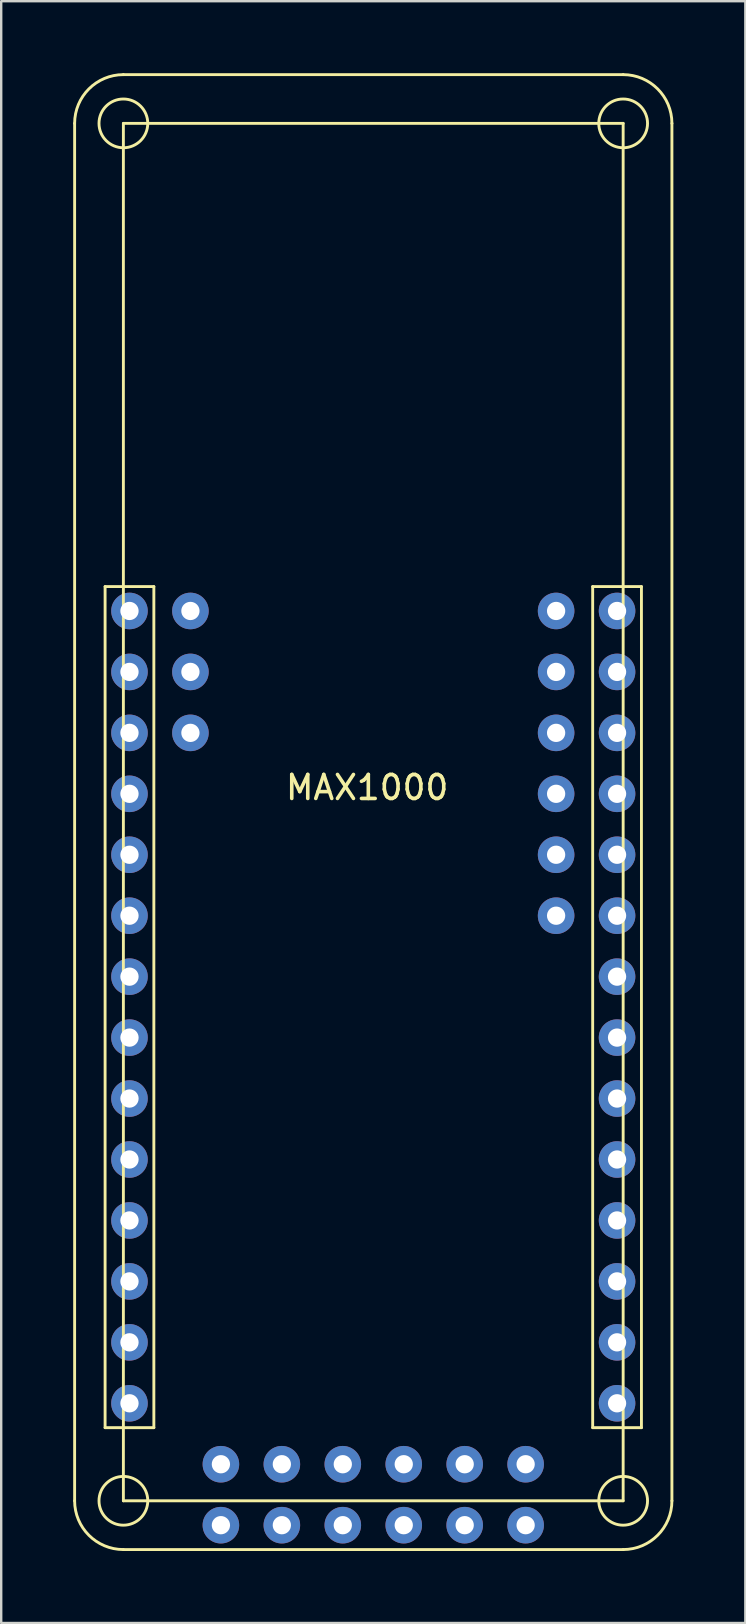
<source format=kicad_pcb>
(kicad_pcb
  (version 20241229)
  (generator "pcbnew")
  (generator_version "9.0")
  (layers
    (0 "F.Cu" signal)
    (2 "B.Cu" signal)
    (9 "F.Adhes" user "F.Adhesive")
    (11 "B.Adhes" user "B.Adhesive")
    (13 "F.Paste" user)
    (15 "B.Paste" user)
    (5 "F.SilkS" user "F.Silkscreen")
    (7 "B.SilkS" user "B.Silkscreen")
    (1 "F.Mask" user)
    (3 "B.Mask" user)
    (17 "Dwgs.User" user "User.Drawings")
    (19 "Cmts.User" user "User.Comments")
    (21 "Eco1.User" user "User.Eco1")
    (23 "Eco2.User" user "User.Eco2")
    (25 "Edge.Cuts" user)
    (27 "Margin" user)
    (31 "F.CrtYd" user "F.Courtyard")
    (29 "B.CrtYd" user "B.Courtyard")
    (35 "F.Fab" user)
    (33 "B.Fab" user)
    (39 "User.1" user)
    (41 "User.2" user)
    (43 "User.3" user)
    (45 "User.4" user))
  (footprint "MAX1000"
    (layer "F.Cu")
    (at 12.506 24.952)
    (property "Reference" "MAX1000" (at -0.254 4.818 0) (layer "F.SilkS") (effects (font (size 1 1) (thickness 0.15))))
    (attr through_hole)
    (fp_line (start -12.446 34.544) (end -12.446 -22.86) (stroke (width 0.12) (type solid)) (layer "F.SilkS"))
    (fp_line (start -11.176 -3.556) (end -11.176 31.496) (stroke (width 0.12) (type solid)) (layer "F.SilkS"))
    (fp_line (start -11.176 31.496) (end -9.144 31.496) (stroke (width 0.12) (type solid)) (layer "F.SilkS"))
    (fp_line (start -10.414 -24.892) (end 10.414 -24.892) (stroke (width 0.12) (type solid)) (layer "F.SilkS"))
    (fp_line (start -10.414 -22.86) (end 10.414 -22.86) (stroke (width 0.12) (type solid)) (layer "F.SilkS"))
    (fp_line (start -10.414 34.544) (end -10.414 -22.86) (stroke (width 0.12) (type solid)) (layer "F.SilkS"))
    (fp_line (start -9.144 -3.556) (end -11.176 -3.556) (stroke (width 0.12) (type solid)) (layer "F.SilkS"))
    (fp_line (start -9.144 31.496) (end -9.144 -3.556) (stroke (width 0.12) (type solid)) (layer "F.SilkS"))
    (fp_line (start 9.144 -3.556) (end 11.176 -3.556) (stroke (width 0.12) (type solid)) (layer "F.SilkS"))
    (fp_line (start 9.144 31.496) (end 9.144 -3.556) (stroke (width 0.12) (type solid)) (layer "F.SilkS"))
    (fp_line (start 10.414 -22.86) (end 10.414 34.544) (stroke (width 0.12) (type solid)) (layer "F.SilkS"))
    (fp_line (start 10.414 34.544) (end -10.414 34.544) (stroke (width 0.12) (type solid)) (layer "F.SilkS"))
    (fp_line (start 10.414 36.576) (end -10.414 36.576) (stroke (width 0.12) (type solid)) (layer "F.SilkS"))
    (fp_line (start 11.176 -3.556) (end 11.176 31.496) (stroke (width 0.12) (type solid)) (layer "F.SilkS"))
    (fp_line (start 11.176 31.496) (end 9.144 31.496) (stroke (width 0.12) (type solid)) (layer "F.SilkS"))
    (fp_line (start 12.446 -22.86) (end 12.446 34.544) (stroke (width 0.12) (type solid)) (layer "F.SilkS"))
    (fp_arc (start -12.446 -22.86) (mid -11.850841 -24.296841) (end -10.414 -24.892) (stroke (width 0.12) (type solid)) (layer "F.SilkS"))
    (fp_arc (start -10.414 36.576) (mid -11.850841 35.980841) (end -12.446 34.544) (stroke (width 0.12) (type solid)) (layer "F.SilkS"))
    (fp_arc (start 10.414 -24.892) (mid 11.850841 -24.296841) (end 12.446 -22.86) (stroke (width 0.12) (type solid)) (layer "F.SilkS"))
    (fp_arc (start 12.446 34.544) (mid 11.850841 35.980841) (end 10.414 36.576) (stroke (width 0.12) (type solid)) (layer "F.SilkS"))
    (fp_circle (center -10.414 -22.86) (end -9.398 -22.86) (stroke (width 0.12) (type solid)) (fill no) (layer "F.SilkS"))
    (fp_circle (center -10.414 34.544) (end -9.398 34.544) (stroke (width 0.12) (type solid)) (fill no) (layer "F.SilkS"))
    (fp_circle (center 10.414 -22.86) (end 11.43 -22.86) (stroke (width 0.12) (type solid)) (fill no) (layer "F.SilkS"))
    (fp_circle (center 10.414 34.544) (end 11.43 34.544) (stroke (width 0.12) (type solid)) (fill no) (layer "F.SilkS"))
    (pad "1" thru_hole circle (at -10.16 -2.54) (size 1.524 1.524) (drill 0.762) (layers "*.Cu" "*.Mask"))
    (pad "2" thru_hole circle (at -10.16 0) (size 1.524 1.524) (drill 0.762) (layers "*.Cu" "*.Mask"))
    (pad "3" thru_hole circle (at -10.16 2.54) (size 1.524 1.524) (drill 0.762) (layers "*.Cu" "*.Mask"))
    (pad "4" thru_hole circle (at -10.16 5.08) (size 1.524 1.524) (drill 0.762) (layers "*.Cu" "*.Mask"))
    (pad "5" thru_hole circle (at -10.16 7.62) (size 1.524 1.524) (drill 0.762) (layers "*.Cu" "*.Mask"))
    (pad "6" thru_hole circle (at -10.16 10.16) (size 1.524 1.524) (drill 0.762) (layers "*.Cu" "*.Mask"))
    (pad "7" thru_hole circle (at -10.16 12.7) (size 1.524 1.524) (drill 0.762) (layers "*.Cu" "*.Mask"))
    (pad "8" thru_hole circle (at -10.16 15.24) (size 1.524 1.524) (drill 0.762) (layers "*.Cu" "*.Mask"))
    (pad "9" thru_hole circle (at -10.16 17.78) (size 1.524 1.524) (drill 0.762) (layers "*.Cu" "*.Mask"))
    (pad "10" thru_hole circle (at -10.16 20.32) (size 1.524 1.524) (drill 0.762) (layers "*.Cu" "*.Mask"))
    (pad "11" thru_hole circle (at -10.16 22.86) (size 1.524 1.524) (drill 0.762) (layers "*.Cu" "*.Mask"))
    (pad "12" thru_hole circle (at -10.16 25.4) (size 1.524 1.524) (drill 0.762) (layers "*.Cu" "*.Mask"))
    (pad "13" thru_hole circle (at -10.16 27.94) (size 1.524 1.524) (drill 0.762) (layers "*.Cu" "*.Mask"))
    (pad "14" thru_hole circle (at -10.16 30.48) (size 1.524 1.524) (drill 0.762) (layers "*.Cu" "*.Mask"))
    (pad "15" thru_hole circle (at 10.16 30.48) (size 1.524 1.524) (drill 0.762) (layers "*.Cu" "*.Mask"))
    (pad "16" thru_hole circle (at 10.16 27.94) (size 1.524 1.524) (drill 0.762) (layers "*.Cu" "*.Mask"))
    (pad "17" thru_hole circle (at 10.16 25.4) (size 1.524 1.524) (drill 0.762) (layers "*.Cu" "*.Mask"))
    (pad "18" thru_hole circle (at 10.16 22.86) (size 1.524 1.524) (drill 0.762) (layers "*.Cu" "*.Mask"))
    (pad "19" thru_hole circle (at 10.16 20.32) (size 1.524 1.524) (drill 0.762) (layers "*.Cu" "*.Mask"))
    (pad "20" thru_hole circle (at 10.16 17.78) (size 1.524 1.524) (drill 0.762) (layers "*.Cu" "*.Mask"))
    (pad "21" thru_hole circle (at 10.16 15.24) (size 1.524 1.524) (drill 0.762) (layers "*.Cu" "*.Mask"))
    (pad "22" thru_hole circle (at 10.16 12.7) (size 1.524 1.524) (drill 0.762) (layers "*.Cu" "*.Mask"))
    (pad "23" thru_hole circle (at 10.16 10.16) (size 1.524 1.524) (drill 0.762) (layers "*.Cu" "*.Mask"))
    (pad "24" thru_hole circle (at 10.16 7.62) (size 1.524 1.524) (drill 0.762) (layers "*.Cu" "*.Mask"))
    (pad "25" thru_hole circle (at 10.16 5.08) (size 1.524 1.524) (drill 0.762) (layers "*.Cu" "*.Mask"))
    (pad "26" thru_hole circle (at 10.16 2.54) (size 1.524 1.524) (drill 0.762) (layers "*.Cu" "*.Mask"))
    (pad "27" thru_hole circle (at 10.16 0) (size 1.524 1.524) (drill 0.762) (layers "*.Cu" "*.Mask"))
    (pad "28" thru_hole circle (at 10.16 -2.54) (size 1.524 1.524) (drill 0.762) (layers "*.Cu" "*.Mask"))
    (pad "29" thru_hole circle (at -7.62 -2.54) (size 1.524 1.524) (drill 0.762) (layers "*.Cu" "*.Mask"))
    (pad "30" thru_hole circle (at -7.62 0) (size 1.524 1.524) (drill 0.762) (layers "*.Cu" "*.Mask"))
    (pad "31" thru_hole circle (at -7.62 2.54) (size 1.524 1.524) (drill 0.762) (layers "*.Cu" "*.Mask"))
    (pad "32" thru_hole circle (at 7.62 -2.54) (size 1.524 1.524) (drill 0.762) (layers "*.Cu" "*.Mask"))
    (pad "33" thru_hole circle (at 7.62 0) (size 1.524 1.524) (drill 0.762) (layers "*.Cu" "*.Mask"))
    (pad "34" thru_hole circle (at 7.62 2.54) (size 1.524 1.524) (drill 0.762) (layers "*.Cu" "*.Mask"))
    (pad "35" thru_hole circle (at 7.62 5.08) (size 1.524 1.524) (drill 0.762) (layers "*.Cu" "*.Mask"))
    (pad "36" thru_hole circle (at 7.62 7.62) (size 1.524 1.524) (drill 0.762) (layers "*.Cu" "*.Mask"))
    (pad "37" thru_hole circle (at 7.62 10.16) (size 1.524 1.524) (drill 0.762) (layers "*.Cu" "*.Mask"))
    (pad "38" thru_hole circle (at 6.35 33.02) (size 1.524 1.524) (drill 0.762) (layers "*.Cu" "*.Mask"))
    (pad "39" thru_hole circle (at 3.81 33.02) (size 1.524 1.524) (drill 0.762) (layers "*.Cu" "*.Mask"))
    (pad "40" thru_hole circle (at 1.27 33.02) (size 1.524 1.524) (drill 0.762) (layers "*.Cu" "*.Mask"))
    (pad "41" thru_hole circle (at -1.27 33.02) (size 1.524 1.524) (drill 0.762) (layers "*.Cu" "*.Mask"))
    (pad "42" thru_hole circle (at -3.81 33.02) (size 1.524 1.524) (drill 0.762) (layers "*.Cu" "*.Mask"))
    (pad "43" thru_hole circle (at -6.35 33.02) (size 1.524 1.524) (drill 0.762) (layers "*.Cu" "*.Mask"))
    (pad "44" thru_hole circle (at 6.35 35.56) (size 1.524 1.524) (drill 0.762) (layers "*.Cu" "*.Mask"))
    (pad "45" thru_hole circle (at 3.81 35.56) (size 1.524 1.524) (drill 0.762) (layers "*.Cu" "*.Mask"))
    (pad "46" thru_hole circle (at 1.27 35.56) (size 1.524 1.524) (drill 0.762) (layers "*.Cu" "*.Mask"))
    (pad "47" thru_hole circle (at -1.27 35.56) (size 1.524 1.524) (drill 0.762) (layers "*.Cu" "*.Mask"))
    (pad "48" thru_hole circle (at -3.81 35.56) (size 1.524 1.524) (drill 0.762) (layers "*.Cu" "*.Mask"))
    (pad "49" thru_hole circle (at -6.35 35.56) (size 1.524 1.524) (drill 0.762) (layers "*.Cu" "*.Mask")))
  (gr_rect
    (start -3 -3)
    (end 28.012 64.588)
    (stroke (width 0.1) (type default))
    (fill no)
    (layer "Edge.Cuts")))
</source>
